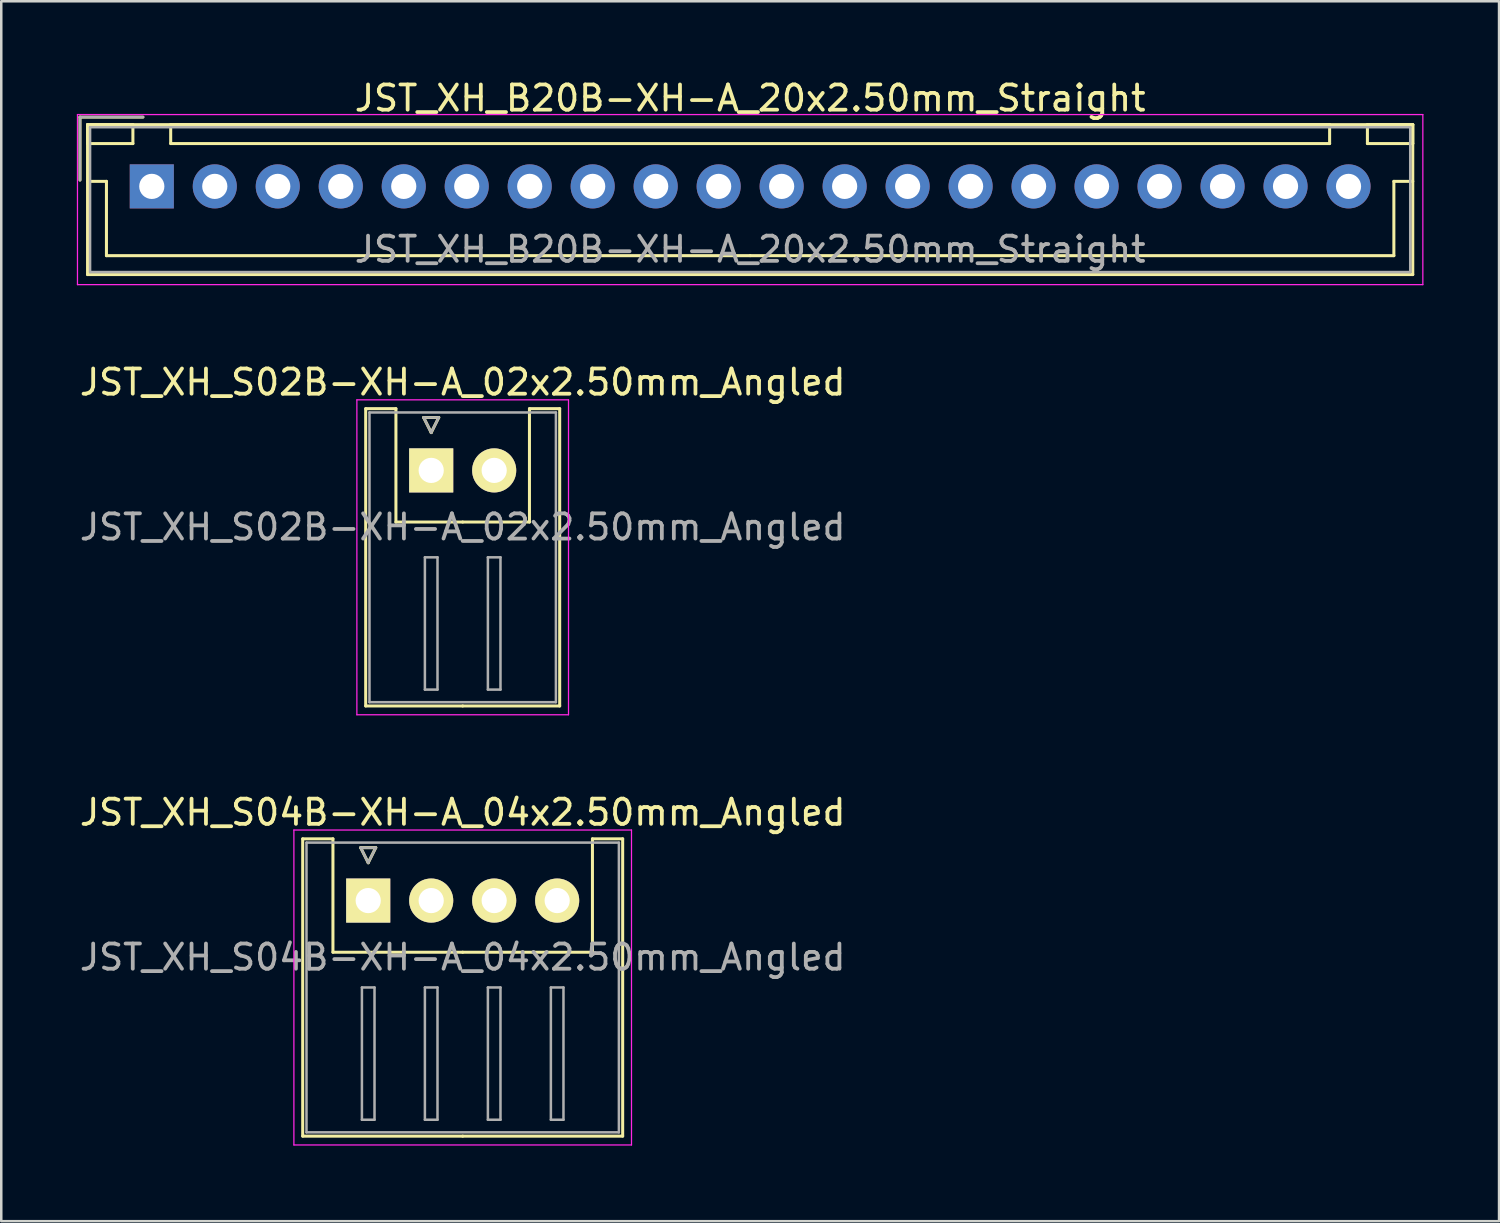
<source format=kicad_pcb>
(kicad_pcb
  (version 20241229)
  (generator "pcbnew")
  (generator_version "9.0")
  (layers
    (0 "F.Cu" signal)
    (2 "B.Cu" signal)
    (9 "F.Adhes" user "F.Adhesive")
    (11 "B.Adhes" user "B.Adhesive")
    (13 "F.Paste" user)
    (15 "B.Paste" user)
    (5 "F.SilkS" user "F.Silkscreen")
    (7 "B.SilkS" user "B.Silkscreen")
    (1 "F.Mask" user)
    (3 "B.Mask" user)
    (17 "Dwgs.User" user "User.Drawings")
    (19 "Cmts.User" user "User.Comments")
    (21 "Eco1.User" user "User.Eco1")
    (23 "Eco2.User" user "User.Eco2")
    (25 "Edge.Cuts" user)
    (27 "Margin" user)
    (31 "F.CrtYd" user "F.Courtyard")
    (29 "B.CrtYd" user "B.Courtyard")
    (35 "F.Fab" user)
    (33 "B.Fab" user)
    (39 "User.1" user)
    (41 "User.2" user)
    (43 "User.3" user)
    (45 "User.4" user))
  (footprint "JST_XH_S04B-XH-A_04x2.50mm_Angled"
    (layer "F.Cu")
    (at 11.565 32.695)
    (property "Reference" "JST_XH_S04B-XH-A_04x2.50mm_Angled" (at 3.75 -3.5 0) (layer "F.SilkS") (effects (font (size 1 1) (thickness 0.15))))
    (attr through_hole)
    (fp_line (start -2.6 -2.45) (end -1.4 -2.45) (stroke (width 0.12) (type solid)) (layer "F.SilkS"))
    (fp_line (start -2.6 9.35) (end -2.6 -2.45) (stroke (width 0.12) (type solid)) (layer "F.SilkS"))
    (fp_line (start -1.4 -2.45) (end -1.4 2.05) (stroke (width 0.12) (type solid)) (layer "F.SilkS"))
    (fp_line (start -1.4 2.05) (end 3.75 2.05) (stroke (width 0.12) (type solid)) (layer "F.SilkS"))
    (fp_line (start -0.3 -2.1) (end 0.3 -2.1) (stroke (width 0.12) (type solid)) (layer "F.SilkS"))
    (fp_line (start 0 -1.5) (end -0.3 -2.1) (stroke (width 0.12) (type solid)) (layer "F.SilkS"))
    (fp_line (start 0.3 -2.1) (end 0 -1.5) (stroke (width 0.12) (type solid)) (layer "F.SilkS"))
    (fp_line (start 3.75 9.35) (end -2.6 9.35) (stroke (width 0.12) (type solid)) (layer "F.SilkS"))
    (fp_line (start 3.75 9.35) (end 10.1 9.35) (stroke (width 0.12) (type solid)) (layer "F.SilkS"))
    (fp_line (start 8.9 -2.45) (end 8.9 2.05) (stroke (width 0.12) (type solid)) (layer "F.SilkS"))
    (fp_line (start 8.9 2.05) (end 3.75 2.05) (stroke (width 0.12) (type solid)) (layer "F.SilkS"))
    (fp_line (start 10.1 -2.45) (end 8.9 -2.45) (stroke (width 0.12) (type solid)) (layer "F.SilkS"))
    (fp_line (start 10.1 9.35) (end 10.1 -2.45) (stroke (width 0.12) (type solid)) (layer "F.SilkS"))
    (fp_line (start -2.95 -2.8) (end -2.95 9.7) (stroke (width 0.05) (type solid)) (layer "F.CrtYd"))
    (fp_line (start -2.95 9.7) (end 10.45 9.7) (stroke (width 0.05) (type solid)) (layer "F.CrtYd"))
    (fp_line (start 10.45 -2.8) (end -2.95 -2.8) (stroke (width 0.05) (type solid)) (layer "F.CrtYd"))
    (fp_line (start 10.45 9.7) (end 10.45 -2.8) (stroke (width 0.05) (type solid)) (layer "F.CrtYd"))
    (fp_line (start -2.45 -2.3) (end -2.45 9.2) (stroke (width 0.1) (type solid)) (layer "F.Fab"))
    (fp_line (start -2.45 9.2) (end 9.95 9.2) (stroke (width 0.1) (type solid)) (layer "F.Fab"))
    (fp_line (start -0.3 -2.1) (end 0.3 -2.1) (stroke (width 0.1) (type solid)) (layer "F.Fab"))
    (fp_line (start -0.25 3.45) (end -0.25 8.7) (stroke (width 0.1) (type solid)) (layer "F.Fab"))
    (fp_line (start -0.25 8.7) (end 0.25 8.7) (stroke (width 0.1) (type solid)) (layer "F.Fab"))
    (fp_line (start 0 -1.5) (end -0.3 -2.1) (stroke (width 0.1) (type solid)) (layer "F.Fab"))
    (fp_line (start 0.25 3.45) (end -0.25 3.45) (stroke (width 0.1) (type solid)) (layer "F.Fab"))
    (fp_line (start 0.25 8.7) (end 0.25 3.45) (stroke (width 0.1) (type solid)) (layer "F.Fab"))
    (fp_line (start 0.3 -2.1) (end 0 -1.5) (stroke (width 0.1) (type solid)) (layer "F.Fab"))
    (fp_line (start 2.25 3.45) (end 2.25 8.7) (stroke (width 0.1) (type solid)) (layer "F.Fab"))
    (fp_line (start 2.25 8.7) (end 2.75 8.7) (stroke (width 0.1) (type solid)) (layer "F.Fab"))
    (fp_line (start 2.75 3.45) (end 2.25 3.45) (stroke (width 0.1) (type solid)) (layer "F.Fab"))
    (fp_line (start 2.75 8.7) (end 2.75 3.45) (stroke (width 0.1) (type solid)) (layer "F.Fab"))
    (fp_line (start 4.75 3.45) (end 4.75 8.7) (stroke (width 0.1) (type solid)) (layer "F.Fab"))
    (fp_line (start 4.75 8.7) (end 5.25 8.7) (stroke (width 0.1) (type solid)) (layer "F.Fab"))
    (fp_line (start 5.25 3.45) (end 4.75 3.45) (stroke (width 0.1) (type solid)) (layer "F.Fab"))
    (fp_line (start 5.25 8.7) (end 5.25 3.45) (stroke (width 0.1) (type solid)) (layer "F.Fab"))
    (fp_line (start 7.25 3.45) (end 7.25 8.7) (stroke (width 0.1) (type solid)) (layer "F.Fab"))
    (fp_line (start 7.25 8.7) (end 7.75 8.7) (stroke (width 0.1) (type solid)) (layer "F.Fab"))
    (fp_line (start 7.75 3.45) (end 7.25 3.45) (stroke (width 0.1) (type solid)) (layer "F.Fab"))
    (fp_line (start 7.75 8.7) (end 7.75 3.45) (stroke (width 0.1) (type solid)) (layer "F.Fab"))
    (fp_line (start 9.95 -2.3) (end -2.45 -2.3) (stroke (width 0.1) (type solid)) (layer "F.Fab"))
    (fp_line (start 9.95 9.2) (end 9.95 -2.3) (stroke (width 0.1) (type solid)) (layer "F.Fab"))
    (fp_text user "${REFERENCE}" (at 3.75 2.25 0) (layer "F.Fab") (effects (font (size 1 1) (thickness 0.15))))
    (pad "1" thru_hole rect (at 0 0) (size 1.75 1.75) (drill 1) (layers "*.Cu" "*.Mask" "F.SilkS"))
    (pad "2" thru_hole circle (at 2.5 0) (size 1.75 1.75) (drill 1) (layers "*.Cu" "*.Mask" "F.SilkS"))
    (pad "3" thru_hole circle (at 5 0) (size 1.75 1.75) (drill 1) (layers "*.Cu" "*.Mask" "F.SilkS"))
    (pad "4" thru_hole circle (at 7.5 0) (size 1.75 1.75) (drill 1) (layers "*.Cu" "*.Mask" "F.SilkS")))
  (footprint "JST_XH_B20B-XH-A_20x2.50mm_Straight"
    (layer "F.Cu")
    (at 2.975 4.348)
    (property "Reference" "JST_XH_B20B-XH-A_20x2.50mm_Straight" (at 23.75 -3.5 0) (layer "F.SilkS") (effects (font (size 1 1) (thickness 0.15))))
    (attr through_hole)
    (fp_line (start -2.85 -2.75) (end -2.85 -0.25) (stroke (width 0.12) (type solid)) (layer "F.SilkS"))
    (fp_line (start -2.55 -2.45) (end -2.55 -1.7) (stroke (width 0.12) (type solid)) (layer "F.SilkS"))
    (fp_line (start -2.55 -2.45) (end -2.55 3.5) (stroke (width 0.12) (type solid)) (layer "F.SilkS"))
    (fp_line (start -2.55 -1.7) (end -0.75 -1.7) (stroke (width 0.12) (type solid)) (layer "F.SilkS"))
    (fp_line (start -2.55 -0.2) (end -1.8 -0.2) (stroke (width 0.12) (type solid)) (layer "F.SilkS"))
    (fp_line (start -2.55 3.5) (end 50.05 3.5) (stroke (width 0.12) (type solid)) (layer "F.SilkS"))
    (fp_line (start -1.8 -0.2) (end -1.8 2.75) (stroke (width 0.12) (type solid)) (layer "F.SilkS"))
    (fp_line (start -1.8 2.75) (end 23.75 2.75) (stroke (width 0.12) (type solid)) (layer "F.SilkS"))
    (fp_line (start -0.75 -2.45) (end -2.55 -2.45) (stroke (width 0.12) (type solid)) (layer "F.SilkS"))
    (fp_line (start -0.75 -1.7) (end -0.75 -2.45) (stroke (width 0.12) (type solid)) (layer "F.SilkS"))
    (fp_line (start -0.35 -2.75) (end -2.85 -2.75) (stroke (width 0.12) (type solid)) (layer "F.SilkS"))
    (fp_line (start 0.75 -2.45) (end 0.75 -1.7) (stroke (width 0.12) (type solid)) (layer "F.SilkS"))
    (fp_line (start 0.75 -1.7) (end 46.75 -1.7) (stroke (width 0.12) (type solid)) (layer "F.SilkS"))
    (fp_line (start 46.75 -2.45) (end 0.75 -2.45) (stroke (width 0.12) (type solid)) (layer "F.SilkS"))
    (fp_line (start 46.75 -1.7) (end 46.75 -2.45) (stroke (width 0.12) (type solid)) (layer "F.SilkS"))
    (fp_line (start 48.25 -2.45) (end 48.25 -1.7) (stroke (width 0.12) (type solid)) (layer "F.SilkS"))
    (fp_line (start 48.25 -1.7) (end 50.05 -1.7) (stroke (width 0.12) (type solid)) (layer "F.SilkS"))
    (fp_line (start 49.3 -0.2) (end 49.3 2.75) (stroke (width 0.12) (type solid)) (layer "F.SilkS"))
    (fp_line (start 49.3 2.75) (end 23.75 2.75) (stroke (width 0.12) (type solid)) (layer "F.SilkS"))
    (fp_line (start 50.05 -2.45) (end -2.55 -2.45) (stroke (width 0.12) (type solid)) (layer "F.SilkS"))
    (fp_line (start 50.05 -2.45) (end 48.25 -2.45) (stroke (width 0.12) (type solid)) (layer "F.SilkS"))
    (fp_line (start 50.05 -1.7) (end 50.05 -2.45) (stroke (width 0.12) (type solid)) (layer "F.SilkS"))
    (fp_line (start 50.05 -0.2) (end 49.3 -0.2) (stroke (width 0.12) (type solid)) (layer "F.SilkS"))
    (fp_line (start 50.05 3.5) (end 50.05 -2.45) (stroke (width 0.12) (type solid)) (layer "F.SilkS"))
    (fp_line (start -2.95 -2.85) (end -2.95 3.9) (stroke (width 0.05) (type solid)) (layer "F.CrtYd"))
    (fp_line (start -2.95 3.9) (end 50.45 3.9) (stroke (width 0.05) (type solid)) (layer "F.CrtYd"))
    (fp_line (start 50.45 -2.85) (end -2.95 -2.85) (stroke (width 0.05) (type solid)) (layer "F.CrtYd"))
    (fp_line (start 50.45 3.9) (end 50.45 -2.85) (stroke (width 0.05) (type solid)) (layer "F.CrtYd"))
    (fp_line (start -2.85 -2.75) (end -2.85 -0.25) (stroke (width 0.1) (type solid)) (layer "F.Fab"))
    (fp_line (start -2.45 -2.35) (end -2.45 3.4) (stroke (width 0.1) (type solid)) (layer "F.Fab"))
    (fp_line (start -2.45 3.4) (end 49.95 3.4) (stroke (width 0.1) (type solid)) (layer "F.Fab"))
    (fp_line (start -0.35 -2.75) (end -2.85 -2.75) (stroke (width 0.1) (type solid)) (layer "F.Fab"))
    (fp_line (start 49.95 -2.35) (end -2.45 -2.35) (stroke (width 0.1) (type solid)) (layer "F.Fab"))
    (fp_line (start 49.95 3.4) (end 49.95 -2.35) (stroke (width 0.1) (type solid)) (layer "F.Fab"))
    (fp_text user "${REFERENCE}" (at 23.75 2.5 0) (layer "F.Fab") (effects (font (size 1 1) (thickness 0.15))))
    (pad "1" thru_hole rect (at 0 0) (size 1.75 1.75) (drill 1) (layers "*.Cu" "*.Mask"))
    (pad "2" thru_hole circle (at 2.5 0) (size 1.75 1.75) (drill 1) (layers "*.Cu" "*.Mask"))
    (pad "3" thru_hole circle (at 5 0) (size 1.75 1.75) (drill 1) (layers "*.Cu" "*.Mask"))
    (pad "4" thru_hole circle (at 7.5 0) (size 1.75 1.75) (drill 1) (layers "*.Cu" "*.Mask"))
    (pad "5" thru_hole circle (at 10 0) (size 1.75 1.75) (drill 1) (layers "*.Cu" "*.Mask"))
    (pad "6" thru_hole circle (at 12.5 0) (size 1.75 1.75) (drill 1) (layers "*.Cu" "*.Mask"))
    (pad "7" thru_hole circle (at 15 0) (size 1.75 1.75) (drill 1) (layers "*.Cu" "*.Mask"))
    (pad "8" thru_hole circle (at 17.5 0) (size 1.75 1.75) (drill 1) (layers "*.Cu" "*.Mask"))
    (pad "9" thru_hole circle (at 20 0) (size 1.75 1.75) (drill 1) (layers "*.Cu" "*.Mask"))
    (pad "10" thru_hole circle (at 22.5 0) (size 1.75 1.75) (drill 1) (layers "*.Cu" "*.Mask"))
    (pad "11" thru_hole circle (at 25 0) (size 1.75 1.75) (drill 1) (layers "*.Cu" "*.Mask"))
    (pad "12" thru_hole circle (at 27.5 0) (size 1.75 1.75) (drill 1) (layers "*.Cu" "*.Mask"))
    (pad "13" thru_hole circle (at 30 0) (size 1.75 1.75) (drill 1) (layers "*.Cu" "*.Mask"))
    (pad "14" thru_hole circle (at 32.5 0) (size 1.75 1.75) (drill 1) (layers "*.Cu" "*.Mask"))
    (pad "15" thru_hole circle (at 35 0) (size 1.75 1.75) (drill 1) (layers "*.Cu" "*.Mask"))
    (pad "16" thru_hole circle (at 37.5 0) (size 1.75 1.75) (drill 1) (layers "*.Cu" "*.Mask"))
    (pad "17" thru_hole circle (at 40 0) (size 1.75 1.75) (drill 1) (layers "*.Cu" "*.Mask"))
    (pad "18" thru_hole circle (at 42.5 0) (size 1.75 1.75) (drill 1) (layers "*.Cu" "*.Mask"))
    (pad "19" thru_hole circle (at 45 0) (size 1.75 1.75) (drill 1) (layers "*.Cu" "*.Mask"))
    (pad "20" thru_hole circle (at 47.5 0) (size 1.75 1.75) (drill 1) (layers "*.Cu" "*.Mask")))
  (footprint "JST_XH_S02B-XH-A_02x2.50mm_Angled"
    (layer "F.Cu")
    (at 14.065 15.621)
    (property "Reference" "JST_XH_S02B-XH-A_02x2.50mm_Angled" (at 1.25 -3.5 0) (layer "F.SilkS") (effects (font (size 1 1) (thickness 0.15))))
    (attr through_hole)
    (fp_line (start -2.6 -2.45) (end -1.4 -2.45) (stroke (width 0.12) (type solid)) (layer "F.SilkS"))
    (fp_line (start -2.6 9.35) (end -2.6 -2.45) (stroke (width 0.12) (type solid)) (layer "F.SilkS"))
    (fp_line (start -1.4 -2.45) (end -1.4 2.05) (stroke (width 0.12) (type solid)) (layer "F.SilkS"))
    (fp_line (start -1.4 2.05) (end 1.25 2.05) (stroke (width 0.12) (type solid)) (layer "F.SilkS"))
    (fp_line (start -0.3 -2.1) (end 0.3 -2.1) (stroke (width 0.12) (type solid)) (layer "F.SilkS"))
    (fp_line (start 0 -1.5) (end -0.3 -2.1) (stroke (width 0.12) (type solid)) (layer "F.SilkS"))
    (fp_line (start 0.3 -2.1) (end 0 -1.5) (stroke (width 0.12) (type solid)) (layer "F.SilkS"))
    (fp_line (start 1.25 9.35) (end -2.6 9.35) (stroke (width 0.12) (type solid)) (layer "F.SilkS"))
    (fp_line (start 1.25 9.35) (end 5.1 9.35) (stroke (width 0.12) (type solid)) (layer "F.SilkS"))
    (fp_line (start 3.9 -2.45) (end 3.9 2.05) (stroke (width 0.12) (type solid)) (layer "F.SilkS"))
    (fp_line (start 3.9 2.05) (end 1.25 2.05) (stroke (width 0.12) (type solid)) (layer "F.SilkS"))
    (fp_line (start 5.1 -2.45) (end 3.9 -2.45) (stroke (width 0.12) (type solid)) (layer "F.SilkS"))
    (fp_line (start 5.1 9.35) (end 5.1 -2.45) (stroke (width 0.12) (type solid)) (layer "F.SilkS"))
    (fp_line (start -2.95 -2.8) (end -2.95 9.7) (stroke (width 0.05) (type solid)) (layer "F.CrtYd"))
    (fp_line (start -2.95 9.7) (end 5.45 9.7) (stroke (width 0.05) (type solid)) (layer "F.CrtYd"))
    (fp_line (start 5.45 -2.8) (end -2.95 -2.8) (stroke (width 0.05) (type solid)) (layer "F.CrtYd"))
    (fp_line (start 5.45 9.7) (end 5.45 -2.8) (stroke (width 0.05) (type solid)) (layer "F.CrtYd"))
    (fp_line (start -2.45 -2.3) (end -2.45 9.2) (stroke (width 0.1) (type solid)) (layer "F.Fab"))
    (fp_line (start -2.45 9.2) (end 4.95 9.2) (stroke (width 0.1) (type solid)) (layer "F.Fab"))
    (fp_line (start -0.3 -2.1) (end 0.3 -2.1) (stroke (width 0.1) (type solid)) (layer "F.Fab"))
    (fp_line (start -0.25 3.45) (end -0.25 8.7) (stroke (width 0.1) (type solid)) (layer "F.Fab"))
    (fp_line (start -0.25 8.7) (end 0.25 8.7) (stroke (width 0.1) (type solid)) (layer "F.Fab"))
    (fp_line (start 0 -1.5) (end -0.3 -2.1) (stroke (width 0.1) (type solid)) (layer "F.Fab"))
    (fp_line (start 0.25 3.45) (end -0.25 3.45) (stroke (width 0.1) (type solid)) (layer "F.Fab"))
    (fp_line (start 0.25 8.7) (end 0.25 3.45) (stroke (width 0.1) (type solid)) (layer "F.Fab"))
    (fp_line (start 0.3 -2.1) (end 0 -1.5) (stroke (width 0.1) (type solid)) (layer "F.Fab"))
    (fp_line (start 2.25 3.45) (end 2.25 8.7) (stroke (width 0.1) (type solid)) (layer "F.Fab"))
    (fp_line (start 2.25 8.7) (end 2.75 8.7) (stroke (width 0.1) (type solid)) (layer "F.Fab"))
    (fp_line (start 2.75 3.45) (end 2.25 3.45) (stroke (width 0.1) (type solid)) (layer "F.Fab"))
    (fp_line (start 2.75 8.7) (end 2.75 3.45) (stroke (width 0.1) (type solid)) (layer "F.Fab"))
    (fp_line (start 4.95 -2.3) (end -2.45 -2.3) (stroke (width 0.1) (type solid)) (layer "F.Fab"))
    (fp_line (start 4.95 9.2) (end 4.95 -2.3) (stroke (width 0.1) (type solid)) (layer "F.Fab"))
    (fp_text user "${REFERENCE}" (at 1.25 2.25 0) (layer "F.Fab") (effects (font (size 1 1) (thickness 0.15))))
    (pad "1" thru_hole rect (at 0 0) (size 1.75 1.75) (drill 1) (layers "*.Cu" "*.Mask" "F.SilkS"))
    (pad "2" thru_hole circle (at 2.5 0) (size 1.75 1.75) (drill 1) (layers "*.Cu" "*.Mask" "F.SilkS")))
  (gr_rect
    (start -3 -3)
    (end 56.45 45.42)
    (stroke (width 0.1) (type default))
    (fill no)
    (layer "Edge.Cuts")))
</source>
